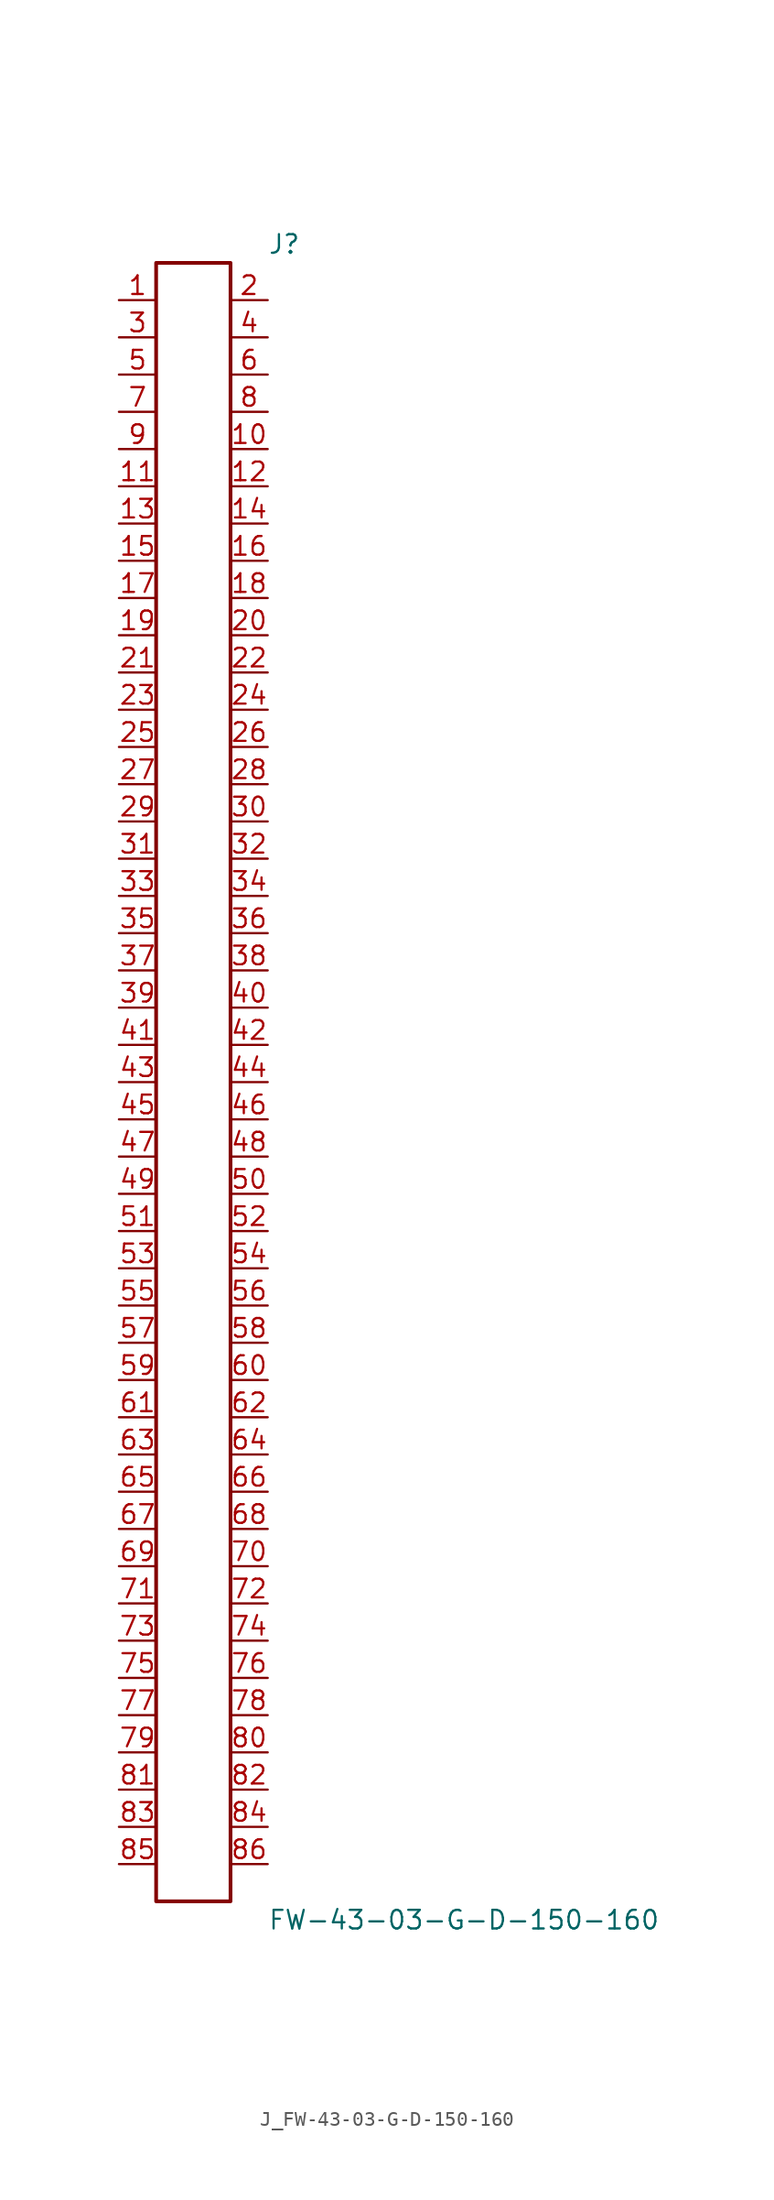
<source format=kicad_sym>
(kicad_symbol_lib
  (version 20231120)
  (generator kicad_symbol_editor)
  (generator_version 8.0)
  (symbol "J_FW-43-03-G-D-150-160"
    (pin_names
      (offset 0.254))
    (property "Reference" "J"
      (at 5.08 57.15 0)
      (effects (font (size 1.27 1.27)) (justify left)))
    (property "Value" "FW-43-03-G-D-150-160"
      (at 5.08 -57.15 0)
      (effects (font (size 1.27 1.27)) (justify left)))
    (symbol "J_FW-43-03-G-D-150-160_0_0"
      (pin passive line (at -5.08 53.34 0) (length 2.54) (name "" (effects (font (size 1.27 1.27)))) (number "1" (effects (font (size 1.27 1.27)))))
      (pin passive line (at 5.08 53.34 180) (length 2.54) (name "" (effects (font (size 1.27 1.27)))) (number "2" (effects (font (size 1.27 1.27)))))
      (pin passive line (at -5.08 50.8 0) (length 2.54) (name "" (effects (font (size 1.27 1.27)))) (number "3" (effects (font (size 1.27 1.27)))))
      (pin passive line (at 5.08 50.8 180) (length 2.54) (name "" (effects (font (size 1.27 1.27)))) (number "4" (effects (font (size 1.27 1.27)))))
      (pin passive line (at -5.08 48.26 0) (length 2.54) (name "" (effects (font (size 1.27 1.27)))) (number "5" (effects (font (size 1.27 1.27)))))
      (pin passive line (at 5.08 48.26 180) (length 2.54) (name "" (effects (font (size 1.27 1.27)))) (number "6" (effects (font (size 1.27 1.27)))))
      (pin passive line (at -5.08 45.72 0) (length 2.54) (name "" (effects (font (size 1.27 1.27)))) (number "7" (effects (font (size 1.27 1.27)))))
      (pin passive line (at 5.08 45.72 180) (length 2.54) (name "" (effects (font (size 1.27 1.27)))) (number "8" (effects (font (size 1.27 1.27)))))
      (pin passive line (at -5.08 43.18 0) (length 2.54) (name "" (effects (font (size 1.27 1.27)))) (number "9" (effects (font (size 1.27 1.27)))))
      (pin passive line (at 5.08 43.18 180) (length 2.54) (name "" (effects (font (size 1.27 1.27)))) (number "10" (effects (font (size 1.27 1.27)))))
      (pin passive line (at -5.08 40.64 0) (length 2.54) (name "" (effects (font (size 1.27 1.27)))) (number "11" (effects (font (size 1.27 1.27)))))
      (pin passive line (at 5.08 40.64 180) (length 2.54) (name "" (effects (font (size 1.27 1.27)))) (number "12" (effects (font (size 1.27 1.27)))))
      (pin passive line (at -5.08 38.1 0) (length 2.54) (name "" (effects (font (size 1.27 1.27)))) (number "13" (effects (font (size 1.27 1.27)))))
      (pin passive line (at 5.08 38.1 180) (length 2.54) (name "" (effects (font (size 1.27 1.27)))) (number "14" (effects (font (size 1.27 1.27)))))
      (pin passive line (at -5.08 35.56 0) (length 2.54) (name "" (effects (font (size 1.27 1.27)))) (number "15" (effects (font (size 1.27 1.27)))))
      (pin passive line (at 5.08 35.56 180) (length 2.54) (name "" (effects (font (size 1.27 1.27)))) (number "16" (effects (font (size 1.27 1.27)))))
      (pin passive line (at -5.08 33.02 0) (length 2.54) (name "" (effects (font (size 1.27 1.27)))) (number "17" (effects (font (size 1.27 1.27)))))
      (pin passive line (at 5.08 33.02 180) (length 2.54) (name "" (effects (font (size 1.27 1.27)))) (number "18" (effects (font (size 1.27 1.27)))))
      (pin passive line (at -5.08 30.48 0) (length 2.54) (name "" (effects (font (size 1.27 1.27)))) (number "19" (effects (font (size 1.27 1.27)))))
      (pin passive line (at 5.08 30.48 180) (length 2.54) (name "" (effects (font (size 1.27 1.27)))) (number "20" (effects (font (size 1.27 1.27)))))
      (pin passive line (at -5.08 27.94 0) (length 2.54) (name "" (effects (font (size 1.27 1.27)))) (number "21" (effects (font (size 1.27 1.27)))))
      (pin passive line (at 5.08 27.94 180) (length 2.54) (name "" (effects (font (size 1.27 1.27)))) (number "22" (effects (font (size 1.27 1.27)))))
      (pin passive line (at -5.08 25.4 0) (length 2.54) (name "" (effects (font (size 1.27 1.27)))) (number "23" (effects (font (size 1.27 1.27)))))
      (pin passive line (at 5.08 25.4 180) (length 2.54) (name "" (effects (font (size 1.27 1.27)))) (number "24" (effects (font (size 1.27 1.27)))))
      (pin passive line (at -5.08 22.86 0) (length 2.54) (name "" (effects (font (size 1.27 1.27)))) (number "25" (effects (font (size 1.27 1.27)))))
      (pin passive line (at 5.08 22.86 180) (length 2.54) (name "" (effects (font (size 1.27 1.27)))) (number "26" (effects (font (size 1.27 1.27)))))
      (pin passive line (at -5.08 20.32 0) (length 2.54) (name "" (effects (font (size 1.27 1.27)))) (number "27" (effects (font (size 1.27 1.27)))))
      (pin passive line (at 5.08 20.32 180) (length 2.54) (name "" (effects (font (size 1.27 1.27)))) (number "28" (effects (font (size 1.27 1.27)))))
      (pin passive line (at -5.08 17.78 0) (length 2.54) (name "" (effects (font (size 1.27 1.27)))) (number "29" (effects (font (size 1.27 1.27)))))
      (pin passive line (at 5.08 17.78 180) (length 2.54) (name "" (effects (font (size 1.27 1.27)))) (number "30" (effects (font (size 1.27 1.27)))))
      (pin passive line (at -5.08 15.24 0) (length 2.54) (name "" (effects (font (size 1.27 1.27)))) (number "31" (effects (font (size 1.27 1.27)))))
      (pin passive line (at 5.08 15.24 180) (length 2.54) (name "" (effects (font (size 1.27 1.27)))) (number "32" (effects (font (size 1.27 1.27)))))
      (pin passive line (at -5.08 12.7 0) (length 2.54) (name "" (effects (font (size 1.27 1.27)))) (number "33" (effects (font (size 1.27 1.27)))))
      (pin passive line (at 5.08 12.7 180) (length 2.54) (name "" (effects (font (size 1.27 1.27)))) (number "34" (effects (font (size 1.27 1.27)))))
      (pin passive line (at -5.08 10.16 0) (length 2.54) (name "" (effects (font (size 1.27 1.27)))) (number "35" (effects (font (size 1.27 1.27)))))
      (pin passive line (at 5.08 10.16 180) (length 2.54) (name "" (effects (font (size 1.27 1.27)))) (number "36" (effects (font (size 1.27 1.27)))))
      (pin passive line (at -5.08 7.62 0) (length 2.54) (name "" (effects (font (size 1.27 1.27)))) (number "37" (effects (font (size 1.27 1.27)))))
      (pin passive line (at 5.08 7.62 180) (length 2.54) (name "" (effects (font (size 1.27 1.27)))) (number "38" (effects (font (size 1.27 1.27)))))
      (pin passive line (at -5.08 5.08 0) (length 2.54) (name "" (effects (font (size 1.27 1.27)))) (number "39" (effects (font (size 1.27 1.27)))))
      (pin passive line (at 5.08 5.08 180) (length 2.54) (name "" (effects (font (size 1.27 1.27)))) (number "40" (effects (font (size 1.27 1.27)))))
      (pin passive line (at -5.08 2.54 0) (length 2.54) (name "" (effects (font (size 1.27 1.27)))) (number "41" (effects (font (size 1.27 1.27)))))
      (pin passive line (at 5.08 2.54 180) (length 2.54) (name "" (effects (font (size 1.27 1.27)))) (number "42" (effects (font (size 1.27 1.27)))))
      (pin passive line (at -5.08 0.0 0) (length 2.54) (name "" (effects (font (size 1.27 1.27)))) (number "43" (effects (font (size 1.27 1.27)))))
      (pin passive line (at 5.08 0.0 180) (length 2.54) (name "" (effects (font (size 1.27 1.27)))) (number "44" (effects (font (size 1.27 1.27)))))
      (pin passive line (at -5.08 -2.54 0) (length 2.54) (name "" (effects (font (size 1.27 1.27)))) (number "45" (effects (font (size 1.27 1.27)))))
      (pin passive line (at 5.08 -2.54 180) (length 2.54) (name "" (effects (font (size 1.27 1.27)))) (number "46" (effects (font (size 1.27 1.27)))))
      (pin passive line (at -5.08 -5.08 0) (length 2.54) (name "" (effects (font (size 1.27 1.27)))) (number "47" (effects (font (size 1.27 1.27)))))
      (pin passive line (at 5.08 -5.08 180) (length 2.54) (name "" (effects (font (size 1.27 1.27)))) (number "48" (effects (font (size 1.27 1.27)))))
      (pin passive line (at -5.08 -7.62 0) (length 2.54) (name "" (effects (font (size 1.27 1.27)))) (number "49" (effects (font (size 1.27 1.27)))))
      (pin passive line (at 5.08 -7.62 180) (length 2.54) (name "" (effects (font (size 1.27 1.27)))) (number "50" (effects (font (size 1.27 1.27)))))
      (pin passive line (at -5.08 -10.16 0) (length 2.54) (name "" (effects (font (size 1.27 1.27)))) (number "51" (effects (font (size 1.27 1.27)))))
      (pin passive line (at 5.08 -10.16 180) (length 2.54) (name "" (effects (font (size 1.27 1.27)))) (number "52" (effects (font (size 1.27 1.27)))))
      (pin passive line (at -5.08 -12.7 0) (length 2.54) (name "" (effects (font (size 1.27 1.27)))) (number "53" (effects (font (size 1.27 1.27)))))
      (pin passive line (at 5.08 -12.7 180) (length 2.54) (name "" (effects (font (size 1.27 1.27)))) (number "54" (effects (font (size 1.27 1.27)))))
      (pin passive line (at -5.08 -15.24 0) (length 2.54) (name "" (effects (font (size 1.27 1.27)))) (number "55" (effects (font (size 1.27 1.27)))))
      (pin passive line (at 5.08 -15.24 180) (length 2.54) (name "" (effects (font (size 1.27 1.27)))) (number "56" (effects (font (size 1.27 1.27)))))
      (pin passive line (at -5.08 -17.78 0) (length 2.54) (name "" (effects (font (size 1.27 1.27)))) (number "57" (effects (font (size 1.27 1.27)))))
      (pin passive line (at 5.08 -17.78 180) (length 2.54) (name "" (effects (font (size 1.27 1.27)))) (number "58" (effects (font (size 1.27 1.27)))))
      (pin passive line (at -5.08 -20.32 0) (length 2.54) (name "" (effects (font (size 1.27 1.27)))) (number "59" (effects (font (size 1.27 1.27)))))
      (pin passive line (at 5.08 -20.32 180) (length 2.54) (name "" (effects (font (size 1.27 1.27)))) (number "60" (effects (font (size 1.27 1.27)))))
      (pin passive line (at -5.08 -22.86 0) (length 2.54) (name "" (effects (font (size 1.27 1.27)))) (number "61" (effects (font (size 1.27 1.27)))))
      (pin passive line (at 5.08 -22.86 180) (length 2.54) (name "" (effects (font (size 1.27 1.27)))) (number "62" (effects (font (size 1.27 1.27)))))
      (pin passive line (at -5.08 -25.4 0) (length 2.54) (name "" (effects (font (size 1.27 1.27)))) (number "63" (effects (font (size 1.27 1.27)))))
      (pin passive line (at 5.08 -25.4 180) (length 2.54) (name "" (effects (font (size 1.27 1.27)))) (number "64" (effects (font (size 1.27 1.27)))))
      (pin passive line (at -5.08 -27.94 0) (length 2.54) (name "" (effects (font (size 1.27 1.27)))) (number "65" (effects (font (size 1.27 1.27)))))
      (pin passive line (at 5.08 -27.94 180) (length 2.54) (name "" (effects (font (size 1.27 1.27)))) (number "66" (effects (font (size 1.27 1.27)))))
      (pin passive line (at -5.08 -30.48 0) (length 2.54) (name "" (effects (font (size 1.27 1.27)))) (number "67" (effects (font (size 1.27 1.27)))))
      (pin passive line (at 5.08 -30.48 180) (length 2.54) (name "" (effects (font (size 1.27 1.27)))) (number "68" (effects (font (size 1.27 1.27)))))
      (pin passive line (at -5.08 -33.02 0) (length 2.54) (name "" (effects (font (size 1.27 1.27)))) (number "69" (effects (font (size 1.27 1.27)))))
      (pin passive line (at 5.08 -33.02 180) (length 2.54) (name "" (effects (font (size 1.27 1.27)))) (number "70" (effects (font (size 1.27 1.27)))))
      (pin passive line (at -5.08 -35.56 0) (length 2.54) (name "" (effects (font (size 1.27 1.27)))) (number "71" (effects (font (size 1.27 1.27)))))
      (pin passive line (at 5.08 -35.56 180) (length 2.54) (name "" (effects (font (size 1.27 1.27)))) (number "72" (effects (font (size 1.27 1.27)))))
      (pin passive line (at -5.08 -38.1 0) (length 2.54) (name "" (effects (font (size 1.27 1.27)))) (number "73" (effects (font (size 1.27 1.27)))))
      (pin passive line (at 5.08 -38.1 180) (length 2.54) (name "" (effects (font (size 1.27 1.27)))) (number "74" (effects (font (size 1.27 1.27)))))
      (pin passive line (at -5.08 -40.64 0) (length 2.54) (name "" (effects (font (size 1.27 1.27)))) (number "75" (effects (font (size 1.27 1.27)))))
      (pin passive line (at 5.08 -40.64 180) (length 2.54) (name "" (effects (font (size 1.27 1.27)))) (number "76" (effects (font (size 1.27 1.27)))))
      (pin passive line (at -5.08 -43.18 0) (length 2.54) (name "" (effects (font (size 1.27 1.27)))) (number "77" (effects (font (size 1.27 1.27)))))
      (pin passive line (at 5.08 -43.18 180) (length 2.54) (name "" (effects (font (size 1.27 1.27)))) (number "78" (effects (font (size 1.27 1.27)))))
      (pin passive line (at -5.08 -45.72 0) (length 2.54) (name "" (effects (font (size 1.27 1.27)))) (number "79" (effects (font (size 1.27 1.27)))))
      (pin passive line (at 5.08 -45.72 180) (length 2.54) (name "" (effects (font (size 1.27 1.27)))) (number "80" (effects (font (size 1.27 1.27)))))
      (pin passive line (at -5.08 -48.26 0) (length 2.54) (name "" (effects (font (size 1.27 1.27)))) (number "81" (effects (font (size 1.27 1.27)))))
      (pin passive line (at 5.08 -48.26 180) (length 2.54) (name "" (effects (font (size 1.27 1.27)))) (number "82" (effects (font (size 1.27 1.27)))))
      (pin passive line (at -5.08 -50.8 0) (length 2.54) (name "" (effects (font (size 1.27 1.27)))) (number "83" (effects (font (size 1.27 1.27)))))
      (pin passive line (at 5.08 -50.8 180) (length 2.54) (name "" (effects (font (size 1.27 1.27)))) (number "84" (effects (font (size 1.27 1.27)))))
      (pin passive line (at -5.08 -53.34 0) (length 2.54) (name "" (effects (font (size 1.27 1.27)))) (number "85" (effects (font (size 1.27 1.27)))))
      (pin passive line (at 5.08 -53.34 180) (length 2.54) (name "" (effects (font (size 1.27 1.27)))) (number "86" (effects (font (size 1.27 1.27))))))
    (symbol "J_FW-43-03-G-D-150-160_1_0"
      (rectangle (start -2.54 55.88) (end 2.54 -55.88) (stroke (width 0.254) (type solid)) (fill (type none))))))
</source>
